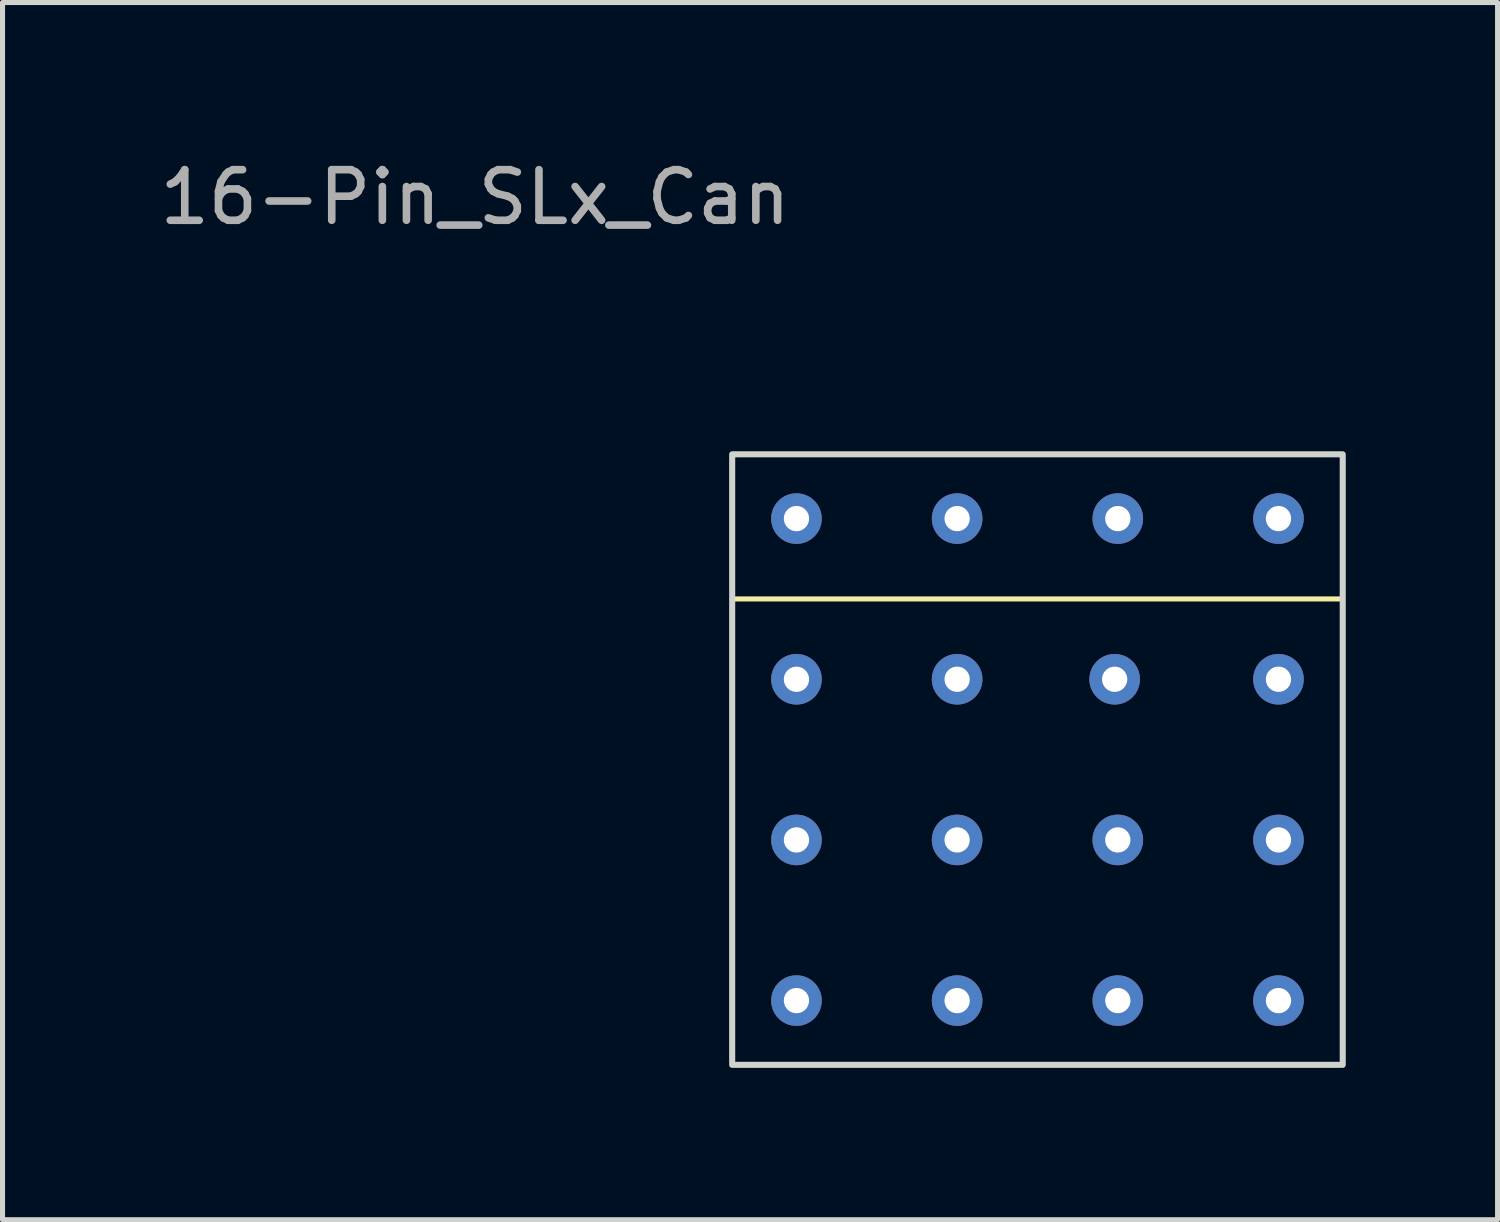
<source format=kicad_pcb>
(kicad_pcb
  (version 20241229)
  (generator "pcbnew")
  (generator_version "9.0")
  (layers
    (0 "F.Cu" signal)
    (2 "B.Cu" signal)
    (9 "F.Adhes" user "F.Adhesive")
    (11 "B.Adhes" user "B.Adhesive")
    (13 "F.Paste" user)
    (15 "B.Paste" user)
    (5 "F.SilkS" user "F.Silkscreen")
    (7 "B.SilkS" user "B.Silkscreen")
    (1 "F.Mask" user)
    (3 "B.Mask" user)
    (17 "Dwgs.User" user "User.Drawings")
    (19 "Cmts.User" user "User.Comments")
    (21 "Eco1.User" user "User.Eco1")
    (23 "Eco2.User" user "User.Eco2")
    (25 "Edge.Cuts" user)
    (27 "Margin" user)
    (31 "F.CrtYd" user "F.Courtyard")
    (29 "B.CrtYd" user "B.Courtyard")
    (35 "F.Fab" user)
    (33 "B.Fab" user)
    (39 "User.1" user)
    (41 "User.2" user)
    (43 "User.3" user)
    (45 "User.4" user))
  (footprint "16-Pin_SLx_Can"
    (layer "F.Cu")
    (at 12.689 16.723)
    (property "Reference" "16-Pin_SLx_Can" (at -6.35 -15.875 0) (unlocked yes) (layer "F.Fab") (effects (font (size 1 1) (thickness 0.15))))
    (attr through_hole)
    (fp_line (start -1.27 -7.938) (end 10.795 -7.938) (stroke (width 0.1) (type solid)) (layer "F.SilkS"))
    (fp_rect (start -1.27 -10.795) (end 10.795 1.27) (stroke (width 0.12) (type solid)) (fill no) (layer "Edge.Cuts"))
    (pad "1" thru_hole circle (at 0 0) (size 1 1) (drill 0.5) (layers "*.Cu" "*.Mask"))
    (pad "2" thru_hole circle (at 0 -3.175) (size 1 1) (drill 0.5) (layers "*.Cu" "*.Mask"))
    (pad "3" thru_hole circle (at 0 -6.35) (size 1 1) (drill 0.5) (layers "*.Cu" "*.Mask"))
    (pad "4" thru_hole circle (at 0 -9.525) (size 1 1) (drill 0.5) (layers "*.Cu" "*.Mask"))
    (pad "5" thru_hole circle (at 3.175 -9.525) (size 1 1) (drill 0.5) (layers "*.Cu" "*.Mask"))
    (pad "6" thru_hole circle (at 6.35 -9.525) (size 1 1) (drill 0.5) (layers "*.Cu" "*.Mask"))
    (pad "7" thru_hole circle (at 9.525 -9.525) (size 1 1) (drill 0.5) (layers "*.Cu" "*.Mask"))
    (pad "8" thru_hole circle (at 9.525 -6.35) (size 1 1) (drill 0.5) (layers "*.Cu" "*.Mask"))
    (pad "9" thru_hole circle (at 9.525 -3.175) (size 1 1) (drill 0.5) (layers "*.Cu" "*.Mask"))
    (pad "10" thru_hole circle (at 9.525 0) (size 1 1) (drill 0.5) (layers "*.Cu" "*.Mask"))
    (pad "11" thru_hole circle (at 6.35 0) (size 1 1) (drill 0.5) (layers "*.Cu" "*.Mask"))
    (pad "12" thru_hole circle (at 3.175 0) (size 1 1) (drill 0.5) (layers "*.Cu" "*.Mask"))
    (pad "13" thru_hole circle (at 3.175 -3.175) (size 1 1) (drill 0.5) (layers "*.Cu" "*.Mask"))
    (pad "14" thru_hole circle (at 3.175 -6.35) (size 1 1) (drill 0.5) (layers "*.Cu" "*.Mask"))
    (pad "15" thru_hole circle (at 6.288 -6.35) (size 1 1) (drill 0.5) (layers "*.Cu" "*.Mask"))
    (pad "16" thru_hole circle (at 6.35 -3.175) (size 1 1) (drill 0.5) (layers "*.Cu" "*.Mask")))
  (gr_rect
    (start -3 -3)
    (end 26.544 21.053)
    (stroke (width 0.1) (type default))
    (fill no)
    (layer "Edge.Cuts")))
</source>
